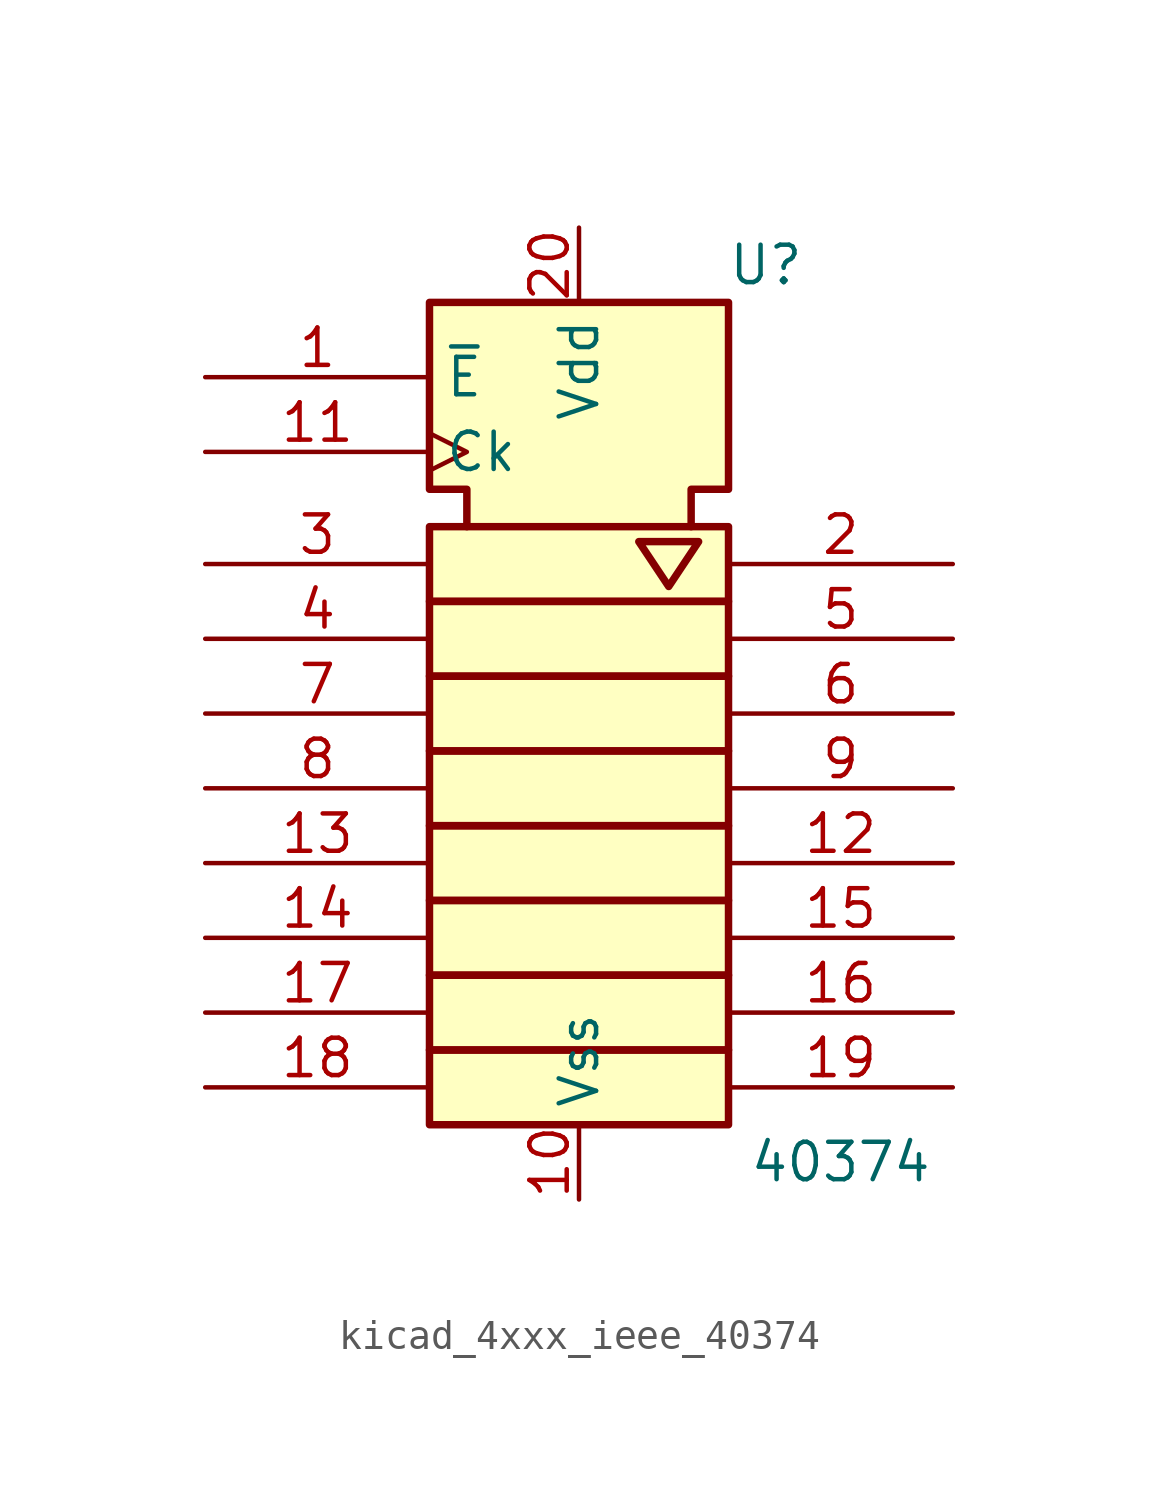
<source format=kicad_sym>
(kicad_symbol_lib
  (version 20220914)
  (generator kicad_symbol_editor)
  (symbol "kicad_4xxx_ieee_40374"
    (property "Reference" "U"
      (at 6.35 13.97 0)
      (effects (font (size 1.27 1.27))))
    (property "Value" "40374"
      (at 8.89 -16.51 0)
      (effects (font (size 1.27 1.27))))
    (symbol "kicad_4xxx_ieee_40374_0_0"
      (pin input line (at -12.7 10.16 0) (length 7.62) (name "~{E}" (effects (font (size 1.27 1.27)))) (number "1" (effects (font (size 1.27 1.27)))))
      (pin power_in line (at 0 -17.78 90) (length 2.54) (name "Vss" (effects (font (size 1.27 1.27)))) (number "10" (effects (font (size 1.27 1.27)))))
      (pin input clock (at -12.7 7.62 0) (length 7.62) (name "Ck" (effects (font (size 1.27 1.27)))) (number "11" (effects (font (size 1.27 1.27)))))
      (pin power_in line (at 0 15.24 270) (length 2.54) (name "Vdd" (effects (font (size 1.27 1.27)))) (number "20" (effects (font (size 1.27 1.27))))))
    (symbol "kicad_4xxx_ieee_40374_0_1"
      (rectangle (start -5.08 -12.7) (end 5.08 -15.24) (stroke (width 0.254) (type default)) (fill (type background)))
      (rectangle (start -5.08 -10.16) (end 5.08 -12.7) (stroke (width 0.254) (type default)) (fill (type background)))
      (rectangle (start -5.08 -7.62) (end 5.08 -10.16) (stroke (width 0.254) (type default)) (fill (type background)))
      (rectangle (start -5.08 -5.08) (end 5.08 -7.62) (stroke (width 0.254) (type default)) (fill (type background)))
      (rectangle (start -5.08 -2.54) (end 5.08 -5.08) (stroke (width 0.254) (type default)) (fill (type background)))
      (rectangle (start -5.08 0) (end 5.08 -2.54) (stroke (width 0.254) (type default)) (fill (type background)))
      (rectangle (start -5.08 2.54) (end 5.08 0) (stroke (width 0.254) (type default)) (fill (type background)))
      (rectangle (start -5.08 5.08) (end 5.08 2.54) (stroke (width 0.254) (type default)) (fill (type background)))
      (polyline (pts (xy 2.032 4.572) (xy 4.064 4.572) (xy 3.048 3.048) (xy 2.032 4.572) (xy 2.032 4.572)) (stroke (width 0.254) (type default)) (fill (type background)))
      (polyline (pts (xy -3.81 5.08) (xy -3.81 6.35) (xy -5.08 6.35) (xy -5.08 12.7) (xy 5.08 12.7) (xy 5.08 6.35) (xy 3.81 6.35) (xy 3.81 5.08) (xy 3.81 5.08)) (stroke (width 0.254) (type default)) (fill (type background))))
    (symbol "kicad_4xxx_ieee_40374_1_0"
      (pin tri_state line (at 12.7 -6.35 180) (length 7.62) (name "~" (effects (font (size 1.27 1.27)))) (number "12" (effects (font (size 1.27 1.27)))))
      (pin input line (at -12.7 -6.35 0) (length 7.62) (name "~" (effects (font (size 1.27 1.27)))) (number "13" (effects (font (size 1.27 1.27)))))
      (pin input line (at -12.7 -8.89 0) (length 7.62) (name "~" (effects (font (size 1.27 1.27)))) (number "14" (effects (font (size 1.27 1.27)))))
      (pin tri_state line (at 12.7 -8.89 180) (length 7.62) (name "~" (effects (font (size 1.27 1.27)))) (number "15" (effects (font (size 1.27 1.27)))))
      (pin tri_state line (at 12.7 -11.43 180) (length 7.62) (name "~" (effects (font (size 1.27 1.27)))) (number "16" (effects (font (size 1.27 1.27)))))
      (pin input line (at -12.7 -11.43 0) (length 7.62) (name "~" (effects (font (size 1.27 1.27)))) (number "17" (effects (font (size 1.27 1.27)))))
      (pin input line (at -12.7 -13.97 0) (length 7.62) (name "~" (effects (font (size 1.27 1.27)))) (number "18" (effects (font (size 1.27 1.27)))))
      (pin tri_state line (at 12.7 -13.97 180) (length 7.62) (name "~" (effects (font (size 1.27 1.27)))) (number "19" (effects (font (size 1.27 1.27)))))
      (pin tri_state line (at 12.7 3.81 180) (length 7.62) (name "~" (effects (font (size 1.27 1.27)))) (number "2" (effects (font (size 1.27 1.27)))))
      (pin input line (at -12.7 3.81 0) (length 7.62) (name "~" (effects (font (size 1.27 1.27)))) (number "3" (effects (font (size 1.27 1.27)))))
      (pin input line (at -12.7 1.27 0) (length 7.62) (name "~" (effects (font (size 1.27 1.27)))) (number "4" (effects (font (size 1.27 1.27)))))
      (pin tri_state line (at 12.7 1.27 180) (length 7.62) (name "~" (effects (font (size 1.27 1.27)))) (number "5" (effects (font (size 1.27 1.27)))))
      (pin tri_state line (at 12.7 -1.27 180) (length 7.62) (name "~" (effects (font (size 1.27 1.27)))) (number "6" (effects (font (size 1.27 1.27)))))
      (pin input line (at -12.7 -1.27 0) (length 7.62) (name "~" (effects (font (size 1.27 1.27)))) (number "7" (effects (font (size 1.27 1.27)))))
      (pin input line (at -12.7 -3.81 0) (length 7.62) (name "~" (effects (font (size 1.27 1.27)))) (number "8" (effects (font (size 1.27 1.27)))))
      (pin tri_state line (at 12.7 -3.81 180) (length 7.62) (name "~" (effects (font (size 1.27 1.27)))) (number "9" (effects (font (size 1.27 1.27))))))))
</source>
